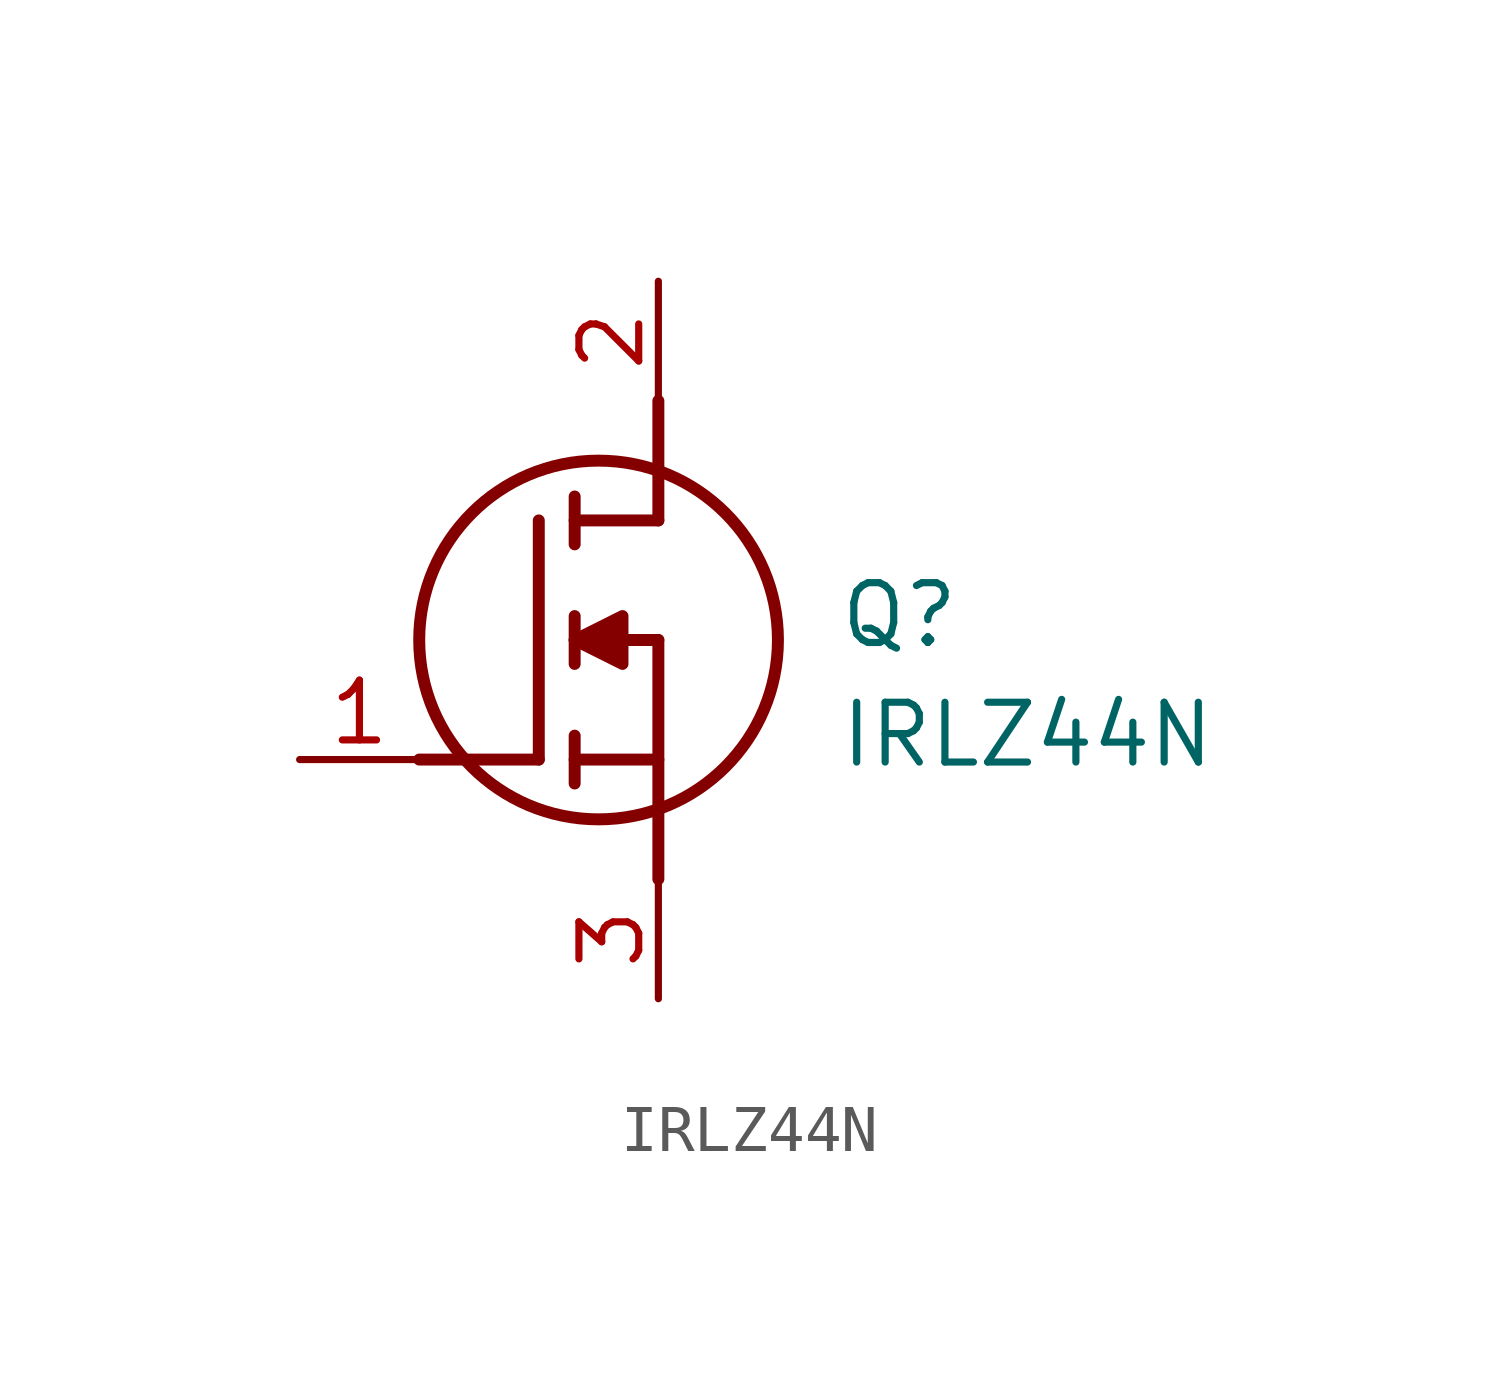
<source format=kicad_sym>
(kicad_symbol_lib
  (version 20211014)
  (generator SamacSys_ECAD_Model)
  (symbol "IRLZ44N"
    (pin_names hide)
    (property "Reference" "Q"
      (at 11.43 3.81 0)
      (effects (font (size 1.27 1.27)) (justify left top)))
    (property "Value" "IRLZ44N"
      (at 11.43 1.27 0)
      (effects (font (size 1.27 1.27)) (justify left top)))
    (polyline
      (pts (xy 7.62 2.54) (xy 7.62 -2.54))
      (stroke (width 0.254) (type default))
      (fill (type none)))
    (polyline
      (pts (xy 7.62 5.08) (xy 7.62 7.62))
      (stroke (width 0.254) (type default))
      (fill (type none)))
    (polyline
      (pts (xy 2.54 0) (xy 5.08 0))
      (stroke (width 0.254) (type default))
      (fill (type none)))
    (polyline
      (pts (xy 5.08 5.08) (xy 5.08 0))
      (stroke (width 0.254) (type default))
      (fill (type none)))
    (polyline
      (pts (xy 7.62 2.54) (xy 5.842 2.54))
      (stroke (width 0.254) (type default))
      (fill (type none)))
    (polyline
      (pts (xy 7.62 5.08) (xy 5.842 5.08))
      (stroke (width 0.254) (type default))
      (fill (type none)))
    (polyline
      (pts (xy 5.842 0) (xy 7.62 0))
      (stroke (width 0.254) (type default))
      (fill (type none)))
    (polyline
      (pts (xy 5.842 5.588) (xy 5.842 4.572))
      (stroke (width 0.254) (type default))
      (fill (type none)))
    (polyline
      (pts (xy 5.842 -0.508) (xy 5.842 0.508))
      (stroke (width 0.254) (type default))
      (fill (type none)))
    (polyline
      (pts (xy 5.842 2.032) (xy 5.842 3.048))
      (stroke (width 0.254) (type default))
      (fill (type none)))
    (circle
      (center 6.35 2.54)
      (radius 3.81)
      (stroke (width 0.254) (type default))
      (fill (type none)))
    (polyline
      (pts (xy 5.842 2.54) (xy 6.858 3.048) (xy 6.858 2.032) (xy 5.842 2.54))
      (stroke (width 0.254) (type default))
      (fill (type outline)))
    (pin passive line
      (at 0 0 0)
      (length 2.54)
      (name "G" (effects (font (size 1.27 1.27))))
      (number "1" (effects (font (size 1.27 1.27)))))
    (pin passive line
      (at 7.62 10.16 270)
      (length 2.54)
      (name "D" (effects (font (size 1.27 1.27))))
      (number "2" (effects (font (size 1.27 1.27)))))
    (pin passive line
      (at 7.62 -5.08 90)
      (length 2.54)
      (name "S" (effects (font (size 1.27 1.27))))
      (number "3" (effects (font (size 1.27 1.27)))))))
</source>
